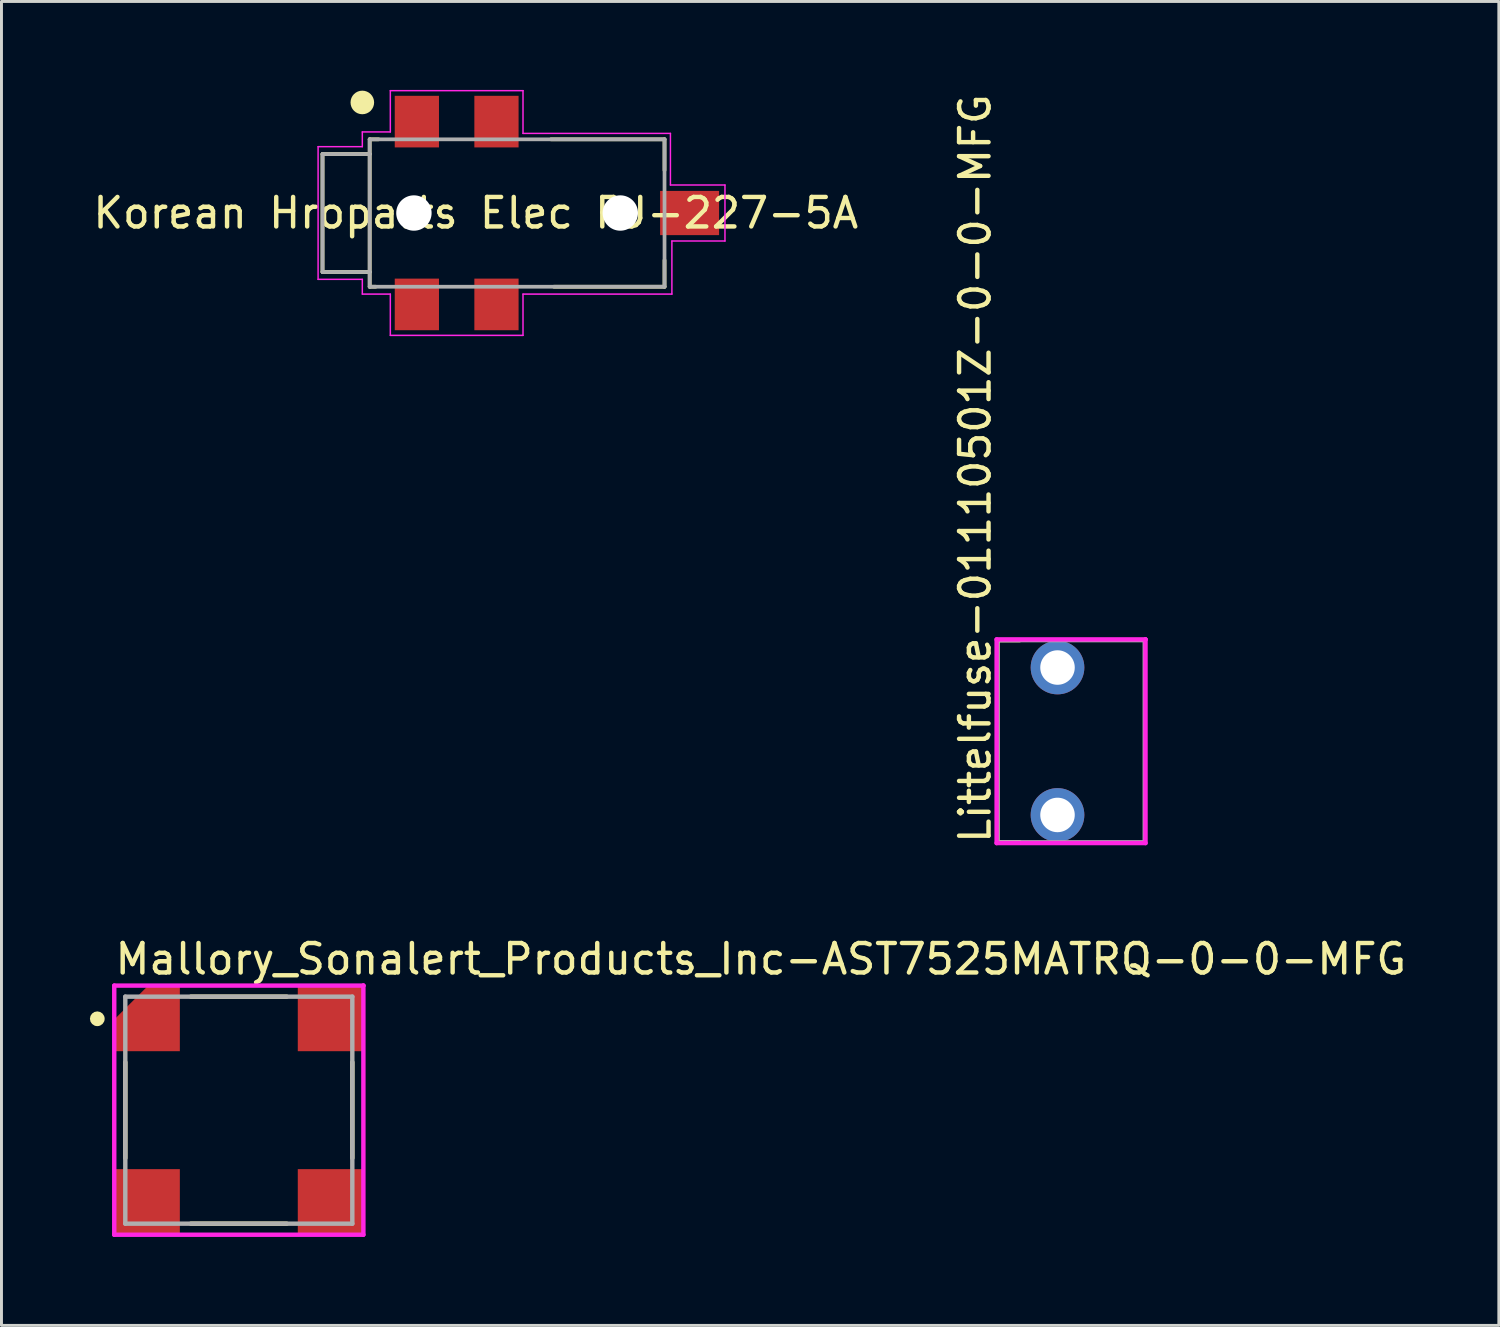
<source format=kicad_pcb>
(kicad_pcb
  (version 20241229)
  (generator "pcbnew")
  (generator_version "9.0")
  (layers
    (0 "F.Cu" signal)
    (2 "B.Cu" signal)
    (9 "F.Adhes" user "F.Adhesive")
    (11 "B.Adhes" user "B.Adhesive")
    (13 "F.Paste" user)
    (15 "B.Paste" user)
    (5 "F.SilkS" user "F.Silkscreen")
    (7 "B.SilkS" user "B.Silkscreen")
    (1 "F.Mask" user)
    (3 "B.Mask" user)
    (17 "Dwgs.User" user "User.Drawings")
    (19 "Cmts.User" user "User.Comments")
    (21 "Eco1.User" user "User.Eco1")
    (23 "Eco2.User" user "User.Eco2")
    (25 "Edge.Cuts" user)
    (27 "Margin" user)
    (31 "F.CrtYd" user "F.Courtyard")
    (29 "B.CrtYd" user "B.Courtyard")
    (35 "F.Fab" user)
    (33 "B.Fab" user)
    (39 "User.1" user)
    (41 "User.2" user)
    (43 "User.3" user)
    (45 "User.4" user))
  (footprint "Korean Hroparts Elec PJ-227-5A"
    (layer "F.Cu")
    (at 9.489 4.175)
    (property "Reference" "Korean Hroparts Elec PJ-227-5A" (at 3.599 0 0) (layer "F.SilkS") (effects (font (size 1.001 1.001) (thickness 0.15))))
    (fp_line (start -1.6 -2) (end -1.6 2) (stroke (width 0.127) (type solid)) (layer "F.SilkS"))
    (fp_line (start -1.6 2) (end 0 2) (stroke (width 0.127) (type solid)) (layer "F.SilkS"))
    (fp_line (start 0 -2.5) (end 0 -2) (stroke (width 0.127) (type solid)) (layer "F.SilkS"))
    (fp_line (start 0 -2) (end -1.6 -2) (stroke (width 0.127) (type solid)) (layer "F.SilkS"))
    (fp_line (start 0 -2) (end 0 2) (stroke (width 0.127) (type solid)) (layer "F.SilkS"))
    (fp_line (start 0 2) (end 0 2.5) (stroke (width 0.127) (type solid)) (layer "F.SilkS"))
    (fp_line (start 0 2.5) (end 0.2 2.5) (stroke (width 0.127) (type solid)) (layer "F.SilkS"))
    (fp_line (start 0.3 -2.5) (end 0 -2.5) (stroke (width 0.127) (type solid)) (layer "F.SilkS"))
    (fp_line (start 6.25 2.5) (end 10 2.5) (stroke (width 0.127) (type solid)) (layer "F.SilkS"))
    (fp_line (start 10 -2.5) (end 6.15 -2.5) (stroke (width 0.127) (type solid)) (layer "F.SilkS"))
    (fp_line (start 10 -1.45) (end 10 -2.5) (stroke (width 0.127) (type solid)) (layer "F.SilkS"))
    (fp_line (start 10 2.5) (end 10 1.6) (stroke (width 0.127) (type solid)) (layer "F.SilkS"))
    (fp_circle (center -0.25 -3.75) (end -0.05 -3.75) (stroke (width 0.4) (type solid)) (fill no) (layer "F.SilkS"))
    (fp_line (start -1.75 -2.25) (end -0.25 -2.25) (stroke (width 0.05) (type solid)) (layer "F.CrtYd"))
    (fp_line (start -1.75 2.25) (end -1.75 -2.25) (stroke (width 0.05) (type solid)) (layer "F.CrtYd"))
    (fp_line (start -0.25 -2.75) (end 0.7 -2.75) (stroke (width 0.05) (type solid)) (layer "F.CrtYd"))
    (fp_line (start -0.25 -2.25) (end -0.25 -2.75) (stroke (width 0.05) (type solid)) (layer "F.CrtYd"))
    (fp_line (start -0.25 2.25) (end -1.75 2.25) (stroke (width 0.05) (type solid)) (layer "F.CrtYd"))
    (fp_line (start -0.25 2.75) (end -0.25 2.25) (stroke (width 0.05) (type solid)) (layer "F.CrtYd"))
    (fp_line (start 0.7 -4.15) (end 5.2 -4.15) (stroke (width 0.05) (type solid)) (layer "F.CrtYd"))
    (fp_line (start 0.7 -2.75) (end 0.7 -4.15) (stroke (width 0.05) (type solid)) (layer "F.CrtYd"))
    (fp_line (start 0.7 2.75) (end -0.25 2.75) (stroke (width 0.05) (type solid)) (layer "F.CrtYd"))
    (fp_line (start 0.7 4.15) (end 0.7 2.75) (stroke (width 0.05) (type solid)) (layer "F.CrtYd"))
    (fp_line (start 5.2 -4.15) (end 5.2 -2.7) (stroke (width 0.05) (type solid)) (layer "F.CrtYd"))
    (fp_line (start 5.2 -2.7) (end 10.2 -2.7) (stroke (width 0.05) (type solid)) (layer "F.CrtYd"))
    (fp_line (start 5.2 2.75) (end 5.2 4.15) (stroke (width 0.05) (type solid)) (layer "F.CrtYd"))
    (fp_line (start 5.2 2.75) (end 10.25 2.75) (stroke (width 0.05) (type solid)) (layer "F.CrtYd"))
    (fp_line (start 5.2 4.15) (end 0.7 4.15) (stroke (width 0.05) (type solid)) (layer "F.CrtYd"))
    (fp_line (start 10.2 -2.7) (end 10.2 -0.95) (stroke (width 0.05) (type solid)) (layer "F.CrtYd"))
    (fp_line (start 10.2 -0.95) (end 12.05 -0.95) (stroke (width 0.05) (type solid)) (layer "F.CrtYd"))
    (fp_line (start 10.25 0.95) (end 10.25 2.75) (stroke (width 0.05) (type solid)) (layer "F.CrtYd"))
    (fp_line (start 12.05 -0.95) (end 12.05 0.95) (stroke (width 0.05) (type solid)) (layer "F.CrtYd"))
    (fp_line (start 12.05 0.95) (end 10.25 0.95) (stroke (width 0.05) (type solid)) (layer "F.CrtYd"))
    (fp_line (start -1.6 -2) (end -1.6 2) (stroke (width 0.127) (type solid)) (layer "F.Fab"))
    (fp_line (start -1.6 2) (end 0 2) (stroke (width 0.127) (type solid)) (layer "F.Fab"))
    (fp_line (start 0 -2.5) (end 10 -2.5) (stroke (width 0.127) (type solid)) (layer "F.Fab"))
    (fp_line (start 0 -2) (end -1.6 -2) (stroke (width 0.127) (type solid)) (layer "F.Fab"))
    (fp_line (start 0 -2) (end 0 -2.5) (stroke (width 0.127) (type solid)) (layer "F.Fab"))
    (fp_line (start 0 2) (end 0 -2) (stroke (width 0.127) (type solid)) (layer "F.Fab"))
    (fp_line (start 0 2.5) (end 0 2) (stroke (width 0.127) (type solid)) (layer "F.Fab"))
    (fp_line (start 10 -2.5) (end 10 2.5) (stroke (width 0.127) (type solid)) (layer "F.Fab"))
    (fp_line (start 10 2.5) (end 0 2.5) (stroke (width 0.127) (type solid)) (layer "F.Fab"))
    (pad "" np_thru_hole circle (at 1.5 0 180) (size 1.2 1.2) (drill 1.2) (layers "*.Cu" "*.Mask"))
    (pad "" np_thru_hole circle (at 8.5 0 180) (size 1.2 1.2) (drill 1.2) (layers "*.Cu" "*.Mask"))
    (pad "1" smd rect (at 1.6 -3.1 180) (size 1.5 1.75) (layers "F.Cu" "F.Mask" "F.Paste"))
    (pad "2" smd rect (at 10.85 0 180) (size 2 1.5) (layers "F.Cu" "F.Mask" "F.Paste"))
    (pad "3" smd rect (at 4.3 -3.1 180) (size 1.5 1.75) (layers "F.Cu" "F.Mask" "F.Paste"))
    (pad "4" smd rect (at 1.6 3.1 180) (size 1.5 1.75) (layers "F.Cu" "F.Mask" "F.Paste"))
    (pad "5" smd rect (at 4.3 3.1 180) (size 1.5 1.75) (layers "F.Cu" "F.Mask" "F.Paste")))
  (footprint "Mallory_Sonalert_Products_Inc-AST7525MATRQ-0-0-MFG"
    (layer "F.Cu")
    (at 5.05 34.604)
    (property "Reference" "Mallory_Sonalert_Products_Inc-AST7525MATRQ-0-0-MFG" (at -4.275 -5.125 0) (layer "F.SilkS") (effects (font (size 1 1) (thickness 0.15)) (justify left)))
    (fp_line (start -3.85 1.625) (end -3.85 -1.625) (stroke (width 0.15) (type solid)) (layer "F.SilkS"))
    (fp_line (start -1.625 3.85) (end 1.625 3.85) (stroke (width 0.15) (type solid)) (layer "F.SilkS"))
    (fp_line (start -1.625 -3.85) (end 1.625 -3.85) (stroke (width 0.15) (type solid)) (layer "F.SilkS"))
    (fp_line (start 3.85 1.625) (end 3.85 -1.625) (stroke (width 0.15) (type solid)) (layer "F.SilkS"))
    (fp_circle (center -4.8 -3.1) (end -4.675 -3.1) (stroke (width 0.25) (type solid)) (fill no) (layer "F.SilkS"))
    (fp_line (start -4.225 -4.225) (end -4.225 4.225) (stroke (width 0.15) (type solid)) (layer "F.CrtYd"))
    (fp_line (start -4.225 4.225) (end 4.225 4.225) (stroke (width 0.15) (type solid)) (layer "F.CrtYd"))
    (fp_line (start 4.225 -4.225) (end -4.225 -4.225) (stroke (width 0.15) (type solid)) (layer "F.CrtYd"))
    (fp_line (start 4.225 -4.225) (end 4.225 -4.225) (stroke (width 0.15) (type solid)) (layer "F.CrtYd"))
    (fp_line (start 4.225 4.225) (end 4.225 -4.225) (stroke (width 0.15) (type solid)) (layer "F.CrtYd"))
    (fp_line (start -3.85 -3.85) (end 3.85 -3.85) (stroke (width 0.15) (type solid)) (layer "F.Fab"))
    (fp_line (start -3.85 3.85) (end -3.85 -3.85) (stroke (width 0.15) (type solid)) (layer "F.Fab"))
    (fp_line (start 3.85 -3.85) (end 3.85 3.85) (stroke (width 0.15) (type solid)) (layer "F.Fab"))
    (fp_line (start 3.85 3.85) (end -3.85 3.85) (stroke (width 0.15) (type solid)) (layer "F.Fab"))
    (pad "1" smd custom (at -3.1 -3.1) (size 1 1) (layers "F.Cu" "F.Mask" "F.Paste") (options (anchor circle)) (primitives (gr_poly (pts (xy -1.1 1.1) (xy 1.1 1.1) (xy 1.1 -1.1) (xy 0 -1.1) (xy -1.1 0) (xy -1.1 1.1)) (width 0) (fill yes))))
    (pad "2" smd rect (at 3.1 -3.1) (size 2.2 2.2) (layers "F.Cu" "F.Mask" "F.Paste"))
    (pad "3" smd rect (at -3.1 3.1) (size 2.2 2.2) (layers "F.Cu" "F.Mask" "F.Paste"))
    (pad "4" smd rect (at 3.1 3.1) (size 2.2 2.2) (layers "F.Cu" "F.Mask" "F.Paste")))
  (footprint "Littelfuse-01110501Z-0-0-MFG"
    (layer "F.Cu")
    (at 33.278 22.091)
    (property "Reference" "Littelfuse-01110501Z-0-0-MFG" (at -3.254 3.54 270) (layer "F.SilkS") (effects (font (size 1 1) (thickness 0.15)) (justify left)))
    (attr through_hole)
    (fp_line (start -2.5 -3.429) (end -1.745 -3.429) (stroke (width 0.15) (type solid)) (layer "F.SilkS"))
    (fp_line (start -2.5 3.429) (end -2.5 -3.429) (stroke (width 0.15) (type solid)) (layer "F.SilkS"))
    (fp_line (start -2.5 3.429) (end -1.745 3.429) (stroke (width 0.15) (type solid)) (layer "F.SilkS"))
    (fp_line (start -2.525 -3.454) (end -2.525 3.454) (stroke (width 0.15) (type solid)) (layer "F.CrtYd"))
    (fp_line (start -2.525 3.454) (end 2.525 3.454) (stroke (width 0.15) (type solid)) (layer "F.CrtYd"))
    (fp_line (start 2.525 -3.454) (end -2.525 -3.454) (stroke (width 0.15) (type solid)) (layer "F.CrtYd"))
    (fp_line (start 2.525 -3.454) (end 2.525 -3.454) (stroke (width 0.15) (type solid)) (layer "F.CrtYd"))
    (fp_line (start 2.525 3.454) (end 2.525 -3.454) (stroke (width 0.15) (type solid)) (layer "F.CrtYd"))
    (fp_line (start -2.5 -3.429) (end 2.5 -3.429) (stroke (width 0.15) (type solid)) (layer "F.Fab"))
    (fp_line (start -2.5 3.429) (end -2.5 -3.429) (stroke (width 0.15) (type solid)) (layer "F.Fab"))
    (fp_line (start 2.5 -3.429) (end 2.5 3.429) (stroke (width 0.15) (type solid)) (layer "F.Fab"))
    (fp_line (start 2.5 3.429) (end -2.5 3.429) (stroke (width 0.15) (type solid)) (layer "F.Fab"))
    (pad "1" thru_hole circle (at -0.46 -2.5) (size 1.82 1.82) (drill 1.17) (layers "*.Cu"))
    (pad "1" thru_hole circle (at -0.46 2.5) (size 1.82 1.82) (drill 1.17) (layers "*.Cu")))
  (gr_rect
    (start -3 -3)
    (end 47.787 41.904)
    (stroke (width 0.1) (type default))
    (fill no)
    (layer "Edge.Cuts")))
</source>
